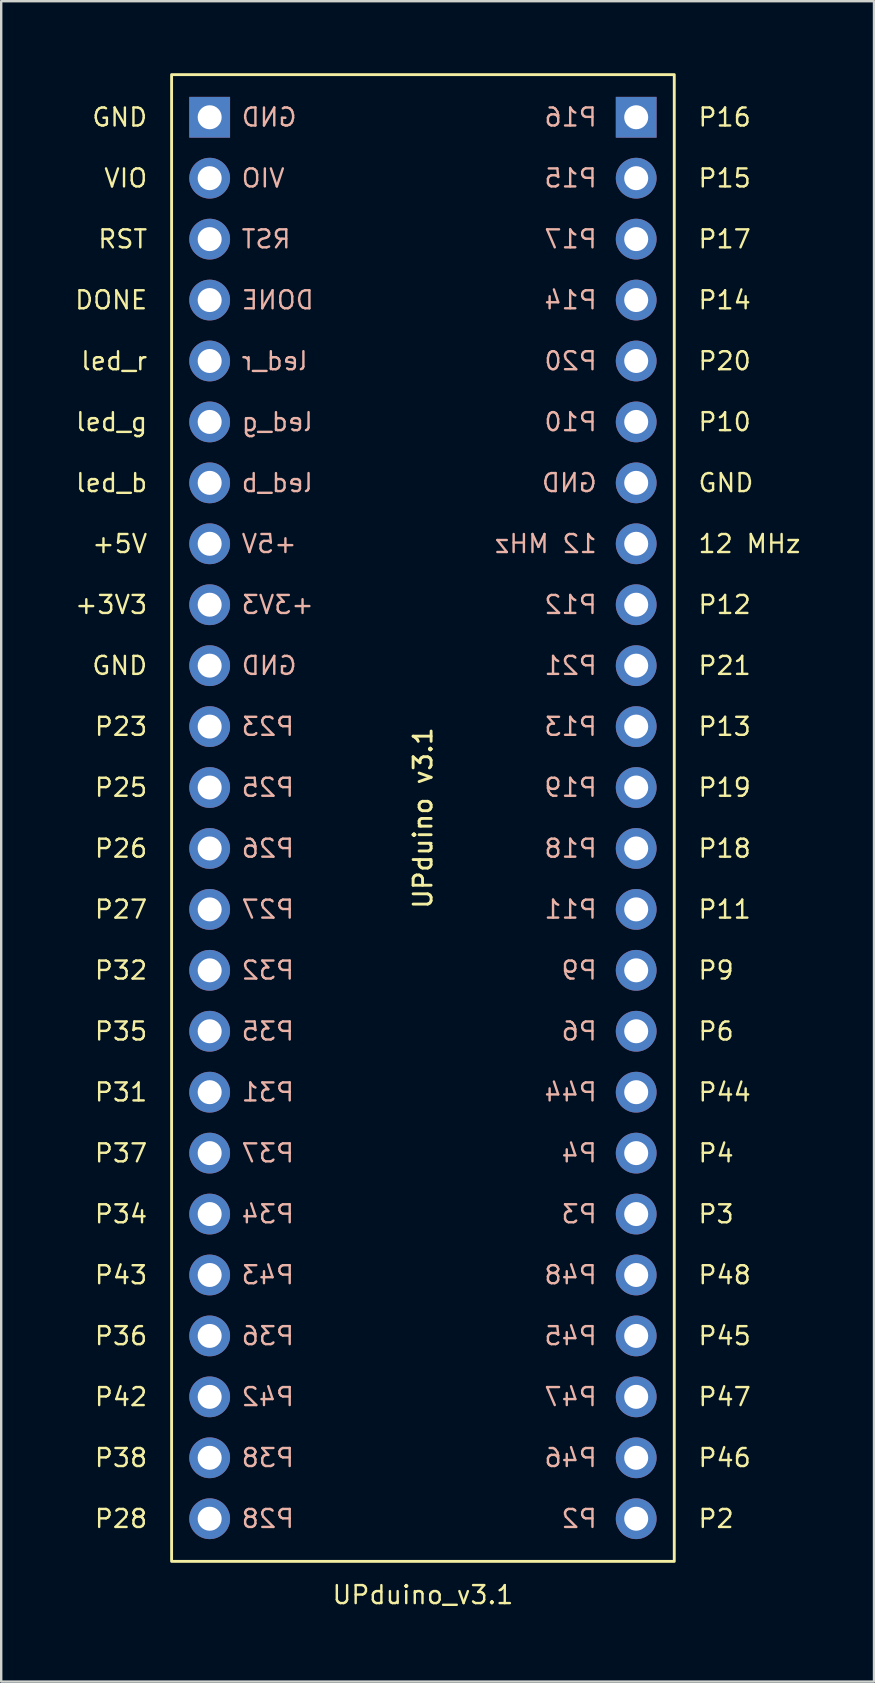
<source format=kicad_pcb>
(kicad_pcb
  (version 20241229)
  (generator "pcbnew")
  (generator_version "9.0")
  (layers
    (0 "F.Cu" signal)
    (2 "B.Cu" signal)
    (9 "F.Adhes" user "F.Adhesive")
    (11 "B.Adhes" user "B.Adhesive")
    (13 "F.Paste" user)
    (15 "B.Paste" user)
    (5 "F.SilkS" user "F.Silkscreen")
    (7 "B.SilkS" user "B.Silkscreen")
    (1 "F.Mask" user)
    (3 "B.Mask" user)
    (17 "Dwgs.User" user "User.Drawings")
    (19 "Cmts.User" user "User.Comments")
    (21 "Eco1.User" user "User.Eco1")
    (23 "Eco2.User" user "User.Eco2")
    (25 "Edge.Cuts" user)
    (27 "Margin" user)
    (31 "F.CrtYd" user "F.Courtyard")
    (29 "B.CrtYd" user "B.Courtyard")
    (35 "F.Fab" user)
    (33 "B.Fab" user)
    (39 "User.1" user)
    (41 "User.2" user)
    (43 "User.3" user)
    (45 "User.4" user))
  (footprint "UPduino_v3.1"
    (layer "F.Cu")
    (at 14.58 62.798)
    (property "Reference" "UPduino_v3.1" (at 0 0.635 0) (unlocked yes) (layer "F.SilkS") (effects (font (size 0.75 0.75) (thickness 0.1))))
    (attr through_hole)
    (fp_rect (start -10.477 -62.738) (end 10.477 -0.762) (stroke (width 0.12) (type solid)) (fill no) (layer "F.SilkS"))
    (fp_text user "P6" (at 13.018 -22.86 0) (unlocked yes) (layer "F.SilkS") (effects (font (size 0.75 0.75) (thickness 0.1)) (justify right)))
    (fp_text user "P11" (at 13.732 -27.94 0) (unlocked yes) (layer "F.SilkS") (effects (font (size 0.75 0.75) (thickness 0.1)) (justify right)))
    (fp_text user "P15" (at 13.732 -58.42 0) (unlocked yes) (layer "F.SilkS") (effects (font (size 0.75 0.75) (thickness 0.1)) (justify right)))
    (fp_text user "P47" (at 13.732 -7.62 0) (unlocked yes) (layer "F.SilkS") (effects (font (size 0.75 0.75) (thickness 0.1)) (justify right)))
    (fp_text user "P26" (at -11.43 -30.48 0) (unlocked yes) (layer "F.SilkS") (effects (font (size 0.75 0.75) (thickness 0.1)) (justify right)))
    (fp_text user "P36" (at -11.43 -10.16 0) (unlocked yes) (layer "F.SilkS") (effects (font (size 0.75 0.75) (thickness 0.1)) (justify right)))
    (fp_text user "VIO" (at -11.43 -58.42 0) (unlocked yes) (layer "F.SilkS") (effects (font (size 0.75 0.75) (thickness 0.1)) (justify right)))
    (fp_text user "P18" (at 13.732 -30.48 0) (unlocked yes) (layer "F.SilkS") (effects (font (size 0.75 0.75) (thickness 0.1)) (justify right)))
    (fp_text user "P34" (at -11.43 -15.24 0) (unlocked yes) (layer "F.SilkS") (effects (font (size 0.75 0.75) (thickness 0.1)) (justify right)))
    (fp_text user "P48" (at 13.732 -12.7 0) (unlocked yes) (layer "F.SilkS") (effects (font (size 0.75 0.75) (thickness 0.1)) (justify right)))
    (fp_text user "P23" (at -11.43 -35.56 0) (unlocked yes) (layer "F.SilkS") (effects (font (size 0.75 0.75) (thickness 0.1)) (justify right)))
    (fp_text user "P19" (at 13.732 -33.02 0) (unlocked yes) (layer "F.SilkS") (effects (font (size 0.75 0.75) (thickness 0.1)) (justify right)))
    (fp_text user "P17" (at 13.732 -55.88 0) (unlocked yes) (layer "F.SilkS") (effects (font (size 0.75 0.75) (thickness 0.1)) (justify right)))
    (fp_text user "P43" (at -11.43 -12.7 0) (unlocked yes) (layer "F.SilkS") (effects (font (size 0.75 0.75) (thickness 0.1)) (justify right)))
    (fp_text user "P31" (at -11.43 -20.32 0) (unlocked yes) (layer "F.SilkS") (effects (font (size 0.75 0.75) (thickness 0.1)) (justify right)))
    (fp_text user "P42" (at -11.43 -7.62 0) (unlocked yes) (layer "F.SilkS") (effects (font (size 0.75 0.75) (thickness 0.1)) (justify right)))
    (fp_text user "led_b" (at -11.43 -45.72 0) (unlocked yes) (layer "F.SilkS") (effects (font (size 0.75 0.75) (thickness 0.1)) (justify right)))
    (fp_text user "P4" (at 13.018 -17.78 0) (unlocked yes) (layer "F.SilkS") (effects (font (size 0.75 0.75) (thickness 0.1)) (justify right)))
    (fp_text user "P46" (at 13.732 -5.08 0) (unlocked yes) (layer "F.SilkS") (effects (font (size 0.75 0.75) (thickness 0.1)) (justify right)))
    (fp_text user "P35" (at -11.43 -22.86 0) (unlocked yes) (layer "F.SilkS") (effects (font (size 0.75 0.75) (thickness 0.1)) (justify right)))
    (fp_text user "UPduino v3.1" (at 0 -31.75 90) (unlocked yes) (layer "F.SilkS") (effects (font (size 0.75 0.75) (thickness 0.12))))
    (fp_text user "P14" (at 13.732 -53.34 0) (unlocked yes) (layer "F.SilkS") (effects (font (size 0.75 0.75) (thickness 0.1)) (justify right)))
    (fp_text user "P44" (at 13.732 -20.32 0) (unlocked yes) (layer "F.SilkS") (effects (font (size 0.75 0.75) (thickness 0.1)) (justify right)))
    (fp_text user "P2" (at 13.018 -2.54 0) (unlocked yes) (layer "F.SilkS") (effects (font (size 0.75 0.75) (thickness 0.1)) (justify right)))
    (fp_text user "P27" (at -11.43 -27.94 0) (unlocked yes) (layer "F.SilkS") (effects (font (size 0.75 0.75) (thickness 0.1)) (justify right)))
    (fp_text user "P37" (at -11.43 -17.78 0) (unlocked yes) (layer "F.SilkS") (effects (font (size 0.75 0.75) (thickness 0.1)) (justify right)))
    (fp_text user "+3V3" (at -11.43 -40.64 0) (unlocked yes) (layer "F.SilkS") (effects (font (size 0.75 0.75) (thickness 0.1)) (justify right)))
    (fp_text user "led_r" (at -11.43 -50.8 0) (unlocked yes) (layer "F.SilkS") (effects (font (size 0.75 0.75) (thickness 0.1)) (justify right)))
    (fp_text user "DONE" (at -11.43 -53.34 0) (unlocked yes) (layer "F.SilkS") (effects (font (size 0.75 0.75) (thickness 0.1)) (justify right)))
    (fp_text user "P20" (at 13.732 -50.8 0) (unlocked yes) (layer "F.SilkS") (effects (font (size 0.75 0.75) (thickness 0.1)) (justify right)))
    (fp_text user "P32" (at -11.43 -25.4 0) (unlocked yes) (layer "F.SilkS") (effects (font (size 0.75 0.75) (thickness 0.1)) (justify right)))
    (fp_text user "P12" (at 13.732 -40.64 0) (unlocked yes) (layer "F.SilkS") (effects (font (size 0.75 0.75) (thickness 0.1)) (justify right)))
    (fp_text user "P3" (at 13.018 -15.24 0) (unlocked yes) (layer "F.SilkS") (effects (font (size 0.75 0.75) (thickness 0.1)) (justify right)))
    (fp_text user "P9" (at 13.018 -25.4 0) (unlocked yes) (layer "F.SilkS") (effects (font (size 0.75 0.75) (thickness 0.1)) (justify right)))
    (fp_text user "P16" (at 13.732 -60.96 0) (unlocked yes) (layer "F.SilkS") (effects (font (size 0.75 0.75) (thickness 0.1)) (justify right)))
    (fp_text user "GND" (at 13.839 -45.72 0) (unlocked yes) (layer "F.SilkS") (effects (font (size 0.75 0.75) (thickness 0.1)) (justify right)))
    (fp_text user "GND" (at -11.43 -60.96 0) (unlocked yes) (layer "F.SilkS") (effects (font (size 0.75 0.75) (thickness 0.1)) (justify right)))
    (fp_text user "P45" (at 13.732 -10.16 0) (unlocked yes) (layer "F.SilkS") (effects (font (size 0.75 0.75) (thickness 0.1)) (justify right)))
    (fp_text user "+5V" (at -11.43 -43.18 0) (unlocked yes) (layer "F.SilkS") (effects (font (size 0.75 0.75) (thickness 0.1)) (justify right)))
    (fp_text user "RST" (at -11.43 -55.88 0) (unlocked yes) (layer "F.SilkS") (effects (font (size 0.75 0.75) (thickness 0.1)) (justify right)))
    (fp_text user "P21" (at 13.732 -38.1 0) (unlocked yes) (layer "F.SilkS") (effects (font (size 0.75 0.75) (thickness 0.1)) (justify right)))
    (fp_text user "led_g" (at -11.43 -48.26 0) (unlocked yes) (layer "F.SilkS") (effects (font (size 0.75 0.75) (thickness 0.1)) (justify right)))
    (fp_text user "GND" (at -11.43 -38.1 0) (unlocked yes) (layer "F.SilkS") (effects (font (size 0.75 0.75) (thickness 0.1)) (justify right)))
    (fp_text user "P10" (at 13.732 -48.26 0) (unlocked yes) (layer "F.SilkS") (effects (font (size 0.75 0.75) (thickness 0.1)) (justify right)))
    (fp_text user "P38" (at -11.43 -5.08 0) (unlocked yes) (layer "F.SilkS") (effects (font (size 0.75 0.75) (thickness 0.1)) (justify right)))
    (fp_text user "12 MHz" (at 15.803 -43.18 0) (unlocked yes) (layer "F.SilkS") (effects (font (size 0.75 0.75) (thickness 0.1)) (justify right)))
    (fp_text user "P28" (at -11.43 -2.54 0) (unlocked yes) (layer "F.SilkS") (effects (font (size 0.75 0.75) (thickness 0.1)) (justify right)))
    (fp_text user "P25" (at -11.43 -33.02 0) (unlocked yes) (layer "F.SilkS") (effects (font (size 0.75 0.75) (thickness 0.1)) (justify right)))
    (fp_text user "P13" (at 13.732 -35.56 0) (unlocked yes) (layer "F.SilkS") (effects (font (size 0.75 0.75) (thickness 0.1)) (justify right)))
    (fp_text user "P32" (at -7.62 -25.4 0) (unlocked yes) (layer "B.SilkS") (effects (font (size 0.75 0.75) (thickness 0.1)) (justify right mirror)))
    (fp_text user "P35" (at -7.62 -22.86 0) (unlocked yes) (layer "B.SilkS") (effects (font (size 0.75 0.75) (thickness 0.1)) (justify right mirror)))
    (fp_text user "P15" (at 5.001 -58.42 0) (unlocked yes) (layer "B.SilkS") (effects (font (size 0.75 0.75) (thickness 0.1)) (justify right mirror)))
    (fp_text user "P18" (at 5.001 -30.48 0) (unlocked yes) (layer "B.SilkS") (effects (font (size 0.75 0.75) (thickness 0.1)) (justify right mirror)))
    (fp_text user "P9" (at 5.715 -25.4 0) (unlocked yes) (layer "B.SilkS") (effects (font (size 0.75 0.75) (thickness 0.1)) (justify right mirror)))
    (fp_text user "GND" (at -7.62 -60.96 0) (unlocked yes) (layer "B.SilkS") (effects (font (size 0.75 0.75) (thickness 0.1)) (justify right mirror)))
    (fp_text user "P12" (at 5.001 -40.64 0) (unlocked yes) (layer "B.SilkS") (effects (font (size 0.75 0.75) (thickness 0.1)) (justify right mirror)))
    (fp_text user "P42" (at -7.62 -7.62 0) (unlocked yes) (layer "B.SilkS") (effects (font (size 0.75 0.75) (thickness 0.1)) (justify right mirror)))
    (fp_text user "P25" (at -7.62 -33.02 0) (unlocked yes) (layer "B.SilkS") (effects (font (size 0.75 0.75) (thickness 0.1)) (justify right mirror)))
    (fp_text user "P44" (at 5.001 -20.32 0) (unlocked yes) (layer "B.SilkS") (effects (font (size 0.75 0.75) (thickness 0.1)) (justify right mirror)))
    (fp_text user "P23" (at -7.62 -35.56 0) (unlocked yes) (layer "B.SilkS") (effects (font (size 0.75 0.75) (thickness 0.1)) (justify right mirror)))
    (fp_text user "P34" (at -7.62 -15.24 0) (unlocked yes) (layer "B.SilkS") (effects (font (size 0.75 0.75) (thickness 0.1)) (justify right mirror)))
    (fp_text user "P46" (at 5.001 -5.08 0) (unlocked yes) (layer "B.SilkS") (effects (font (size 0.75 0.75) (thickness 0.1)) (justify right mirror)))
    (fp_text user "P47" (at 5.001 -7.62 0) (unlocked yes) (layer "B.SilkS") (effects (font (size 0.75 0.75) (thickness 0.1)) (justify right mirror)))
    (fp_text user "P14" (at 5.001 -53.34 0) (unlocked yes) (layer "B.SilkS") (effects (font (size 0.75 0.75) (thickness 0.1)) (justify right mirror)))
    (fp_text user "P48" (at 5.001 -12.7 0) (unlocked yes) (layer "B.SilkS") (effects (font (size 0.75 0.75) (thickness 0.1)) (justify right mirror)))
    (fp_text user "VIO" (at -7.62 -58.42 0) (unlocked yes) (layer "B.SilkS") (effects (font (size 0.75 0.75) (thickness 0.1)) (justify right mirror)))
    (fp_text user "P11" (at 5.001 -27.94 0) (unlocked yes) (layer "B.SilkS") (effects (font (size 0.75 0.75) (thickness 0.1)) (justify right mirror)))
    (fp_text user "GND" (at -7.62 -38.1 0) (unlocked yes) (layer "B.SilkS") (effects (font (size 0.75 0.75) (thickness 0.1)) (justify right mirror)))
    (fp_text user "P4" (at 5.715 -17.78 0) (unlocked yes) (layer "B.SilkS") (effects (font (size 0.75 0.75) (thickness 0.1)) (justify right mirror)))
    (fp_text user "P3" (at 5.715 -15.24 0) (unlocked yes) (layer "B.SilkS") (effects (font (size 0.75 0.75) (thickness 0.1)) (justify right mirror)))
    (fp_text user "P36" (at -7.62 -10.16 0) (unlocked yes) (layer "B.SilkS") (effects (font (size 0.75 0.75) (thickness 0.1)) (justify right mirror)))
    (fp_text user "DONE" (at -7.62 -53.34 0) (unlocked yes) (layer "B.SilkS") (effects (font (size 0.75 0.75) (thickness 0.1)) (justify right mirror)))
    (fp_text user "P31" (at -7.62 -20.32 0) (unlocked yes) (layer "B.SilkS") (effects (font (size 0.75 0.75) (thickness 0.1)) (justify right mirror)))
    (fp_text user "P43" (at -7.62 -12.7 0) (unlocked yes) (layer "B.SilkS") (effects (font (size 0.75 0.75) (thickness 0.1)) (justify right mirror)))
    (fp_text user "P37" (at -7.62 -17.78 0) (unlocked yes) (layer "B.SilkS") (effects (font (size 0.75 0.75) (thickness 0.1)) (justify right mirror)))
    (fp_text user "+5V" (at -7.62 -43.18 0) (unlocked yes) (layer "B.SilkS") (effects (font (size 0.75 0.75) (thickness 0.1)) (justify right mirror)))
    (fp_text user "P28" (at -7.62 -2.54 0) (unlocked yes) (layer "B.SilkS") (effects (font (size 0.75 0.75) (thickness 0.1)) (justify right mirror)))
    (fp_text user "GND" (at 4.894 -45.72 0) (unlocked yes) (layer "B.SilkS") (effects (font (size 0.75 0.75) (thickness 0.1)) (justify right mirror)))
    (fp_text user "P16" (at 5.001 -60.96 0) (unlocked yes) (layer "B.SilkS") (effects (font (size 0.75 0.75) (thickness 0.1)) (justify right mirror)))
    (fp_text user "P10" (at 5.001 -48.26 0) (unlocked yes) (layer "B.SilkS") (effects (font (size 0.75 0.75) (thickness 0.1)) (justify right mirror)))
    (fp_text user "P21" (at 5.001 -38.1 0) (unlocked yes) (layer "B.SilkS") (effects (font (size 0.75 0.75) (thickness 0.1)) (justify right mirror)))
    (fp_text user "12 MHz" (at 2.929 -43.18 0) (unlocked yes) (layer "B.SilkS") (effects (font (size 0.75 0.75) (thickness 0.1)) (justify right mirror)))
    (fp_text user "P17" (at 5.001 -55.88 0) (unlocked yes) (layer "B.SilkS") (effects (font (size 0.75 0.75) (thickness 0.1)) (justify right mirror)))
    (fp_text user "led_g" (at -7.62 -48.26 0) (unlocked yes) (layer "B.SilkS") (effects (font (size 0.75 0.75) (thickness 0.1)) (justify right mirror)))
    (fp_text user "P45" (at 5.001 -10.16 0) (unlocked yes) (layer "B.SilkS") (effects (font (size 0.75 0.75) (thickness 0.1)) (justify right mirror)))
    (fp_text user "P13" (at 5.001 -35.56 0) (unlocked yes) (layer "B.SilkS") (effects (font (size 0.75 0.75) (thickness 0.1)) (justify right mirror)))
    (fp_text user "led_b" (at -7.62 -45.72 0) (unlocked yes) (layer "B.SilkS") (effects (font (size 0.75 0.75) (thickness 0.1)) (justify right mirror)))
    (fp_text user "RST" (at -7.62 -55.88 0) (unlocked yes) (layer "B.SilkS") (effects (font (size 0.75 0.75) (thickness 0.1)) (justify right mirror)))
    (fp_text user "+3V3" (at -7.62 -40.64 0) (unlocked yes) (layer "B.SilkS") (effects (font (size 0.75 0.75) (thickness 0.1)) (justify right mirror)))
    (fp_text user "P19" (at 5.001 -33.02 0) (unlocked yes) (layer "B.SilkS") (effects (font (size 0.75 0.75) (thickness 0.1)) (justify right mirror)))
    (fp_text user "led_r" (at -7.62 -50.8 0) (unlocked yes) (layer "B.SilkS") (effects (font (size 0.75 0.75) (thickness 0.1)) (justify right mirror)))
    (fp_text user "P2" (at 5.715 -2.54 0) (unlocked yes) (layer "B.SilkS") (effects (font (size 0.75 0.75) (thickness 0.1)) (justify right mirror)))
    (fp_text user "P38" (at -7.62 -5.08 0) (unlocked yes) (layer "B.SilkS") (effects (font (size 0.75 0.75) (thickness 0.1)) (justify right mirror)))
    (fp_text user "P6" (at 5.715 -22.86 0) (unlocked yes) (layer "B.SilkS") (effects (font (size 0.75 0.75) (thickness 0.1)) (justify right mirror)))
    (fp_text user "P26" (at -7.62 -30.48 0) (unlocked yes) (layer "B.SilkS") (effects (font (size 0.75 0.75) (thickness 0.1)) (justify right mirror)))
    (fp_text user "P20" (at 5.001 -50.8 0) (unlocked yes) (layer "B.SilkS") (effects (font (size 0.75 0.75) (thickness 0.1)) (justify right mirror)))
    (fp_text user "P27" (at -7.62 -27.94 0) (unlocked yes) (layer "B.SilkS") (effects (font (size 0.75 0.75) (thickness 0.1)) (justify right mirror)))
    (pad "1" thru_hole rect (at -8.89 -60.96) (size 1.7 1.7) (drill 1) (layers "*.Cu" "*.Mask"))
    (pad "2" thru_hole circle (at -8.89 -58.42) (size 1.7 1.7) (drill 1) (layers "*.Cu" "*.Mask"))
    (pad "3" thru_hole circle (at -8.89 -55.88) (size 1.7 1.7) (drill 1) (layers "*.Cu" "*.Mask"))
    (pad "4" thru_hole circle (at -8.89 -53.34) (size 1.7 1.7) (drill 1) (layers "*.Cu" "*.Mask"))
    (pad "5" thru_hole circle (at -8.89 -50.8) (size 1.7 1.7) (drill 1) (layers "*.Cu" "*.Mask"))
    (pad "6" thru_hole circle (at -8.89 -48.26) (size 1.7 1.7) (drill 1) (layers "*.Cu" "*.Mask"))
    (pad "7" thru_hole circle (at -8.89 -45.72) (size 1.7 1.7) (drill 1) (layers "*.Cu" "*.Mask"))
    (pad "8" thru_hole circle (at -8.89 -43.18) (size 1.7 1.7) (drill 1) (layers "*.Cu" "*.Mask"))
    (pad "9" thru_hole circle (at -8.89 -40.64) (size 1.7 1.7) (drill 1) (layers "*.Cu" "*.Mask"))
    (pad "10" thru_hole circle (at -8.89 -38.1) (size 1.7 1.7) (drill 1) (layers "*.Cu" "*.Mask"))
    (pad "11" thru_hole circle (at -8.89 -35.56) (size 1.7 1.7) (drill 1) (layers "*.Cu" "*.Mask"))
    (pad "12" thru_hole circle (at -8.89 -33.02) (size 1.7 1.7) (drill 1) (layers "*.Cu" "*.Mask"))
    (pad "13" thru_hole circle (at -8.89 -30.48) (size 1.7 1.7) (drill 1) (layers "*.Cu" "*.Mask"))
    (pad "14" thru_hole circle (at -8.89 -27.94) (size 1.7 1.7) (drill 1) (layers "*.Cu" "*.Mask"))
    (pad "15" thru_hole circle (at -8.89 -25.4) (size 1.7 1.7) (drill 1) (layers "*.Cu" "*.Mask"))
    (pad "16" thru_hole circle (at -8.89 -22.86) (size 1.7 1.7) (drill 1) (layers "*.Cu" "*.Mask"))
    (pad "17" thru_hole circle (at -8.89 -20.32) (size 1.7 1.7) (drill 1) (layers "*.Cu" "*.Mask"))
    (pad "18" thru_hole circle (at -8.89 -17.78) (size 1.7 1.7) (drill 1) (layers "*.Cu" "*.Mask"))
    (pad "19" thru_hole circle (at -8.89 -15.24) (size 1.7 1.7) (drill 1) (layers "*.Cu" "*.Mask"))
    (pad "20" thru_hole circle (at -8.89 -12.7) (size 1.7 1.7) (drill 1) (layers "*.Cu" "*.Mask"))
    (pad "21" thru_hole circle (at -8.89 -10.16) (size 1.7 1.7) (drill 1) (layers "*.Cu" "*.Mask"))
    (pad "22" thru_hole circle (at -8.89 -7.62) (size 1.7 1.7) (drill 1) (layers "*.Cu" "*.Mask"))
    (pad "23" thru_hole circle (at -8.89 -5.08) (size 1.7 1.7) (drill 1) (layers "*.Cu" "*.Mask"))
    (pad "24" thru_hole circle (at -8.89 -2.54) (size 1.7 1.7) (drill 1) (layers "*.Cu" "*.Mask"))
    (pad "25" thru_hole circle (at 8.89 -2.54) (size 1.7 1.7) (drill 1) (layers "*.Cu" "*.Mask"))
    (pad "26" thru_hole circle (at 8.89 -5.08) (size 1.7 1.7) (drill 1) (layers "*.Cu" "*.Mask"))
    (pad "27" thru_hole circle (at 8.89 -7.62) (size 1.7 1.7) (drill 1) (layers "*.Cu" "*.Mask"))
    (pad "28" thru_hole circle (at 8.89 -10.16) (size 1.7 1.7) (drill 1) (layers "*.Cu" "*.Mask"))
    (pad "29" thru_hole circle (at 8.89 -12.7) (size 1.7 1.7) (drill 1) (layers "*.Cu" "*.Mask"))
    (pad "30" thru_hole circle (at 8.89 -15.24) (size 1.7 1.7) (drill 1) (layers "*.Cu" "*.Mask"))
    (pad "31" thru_hole circle (at 8.89 -17.78) (size 1.7 1.7) (drill 1) (layers "*.Cu" "*.Mask"))
    (pad "32" thru_hole circle (at 8.89 -20.32) (size 1.7 1.7) (drill 1) (layers "*.Cu" "*.Mask"))
    (pad "33" thru_hole circle (at 8.89 -22.86) (size 1.7 1.7) (drill 1) (layers "*.Cu" "*.Mask"))
    (pad "34" thru_hole circle (at 8.89 -25.4) (size 1.7 1.7) (drill 1) (layers "*.Cu" "*.Mask"))
    (pad "35" thru_hole circle (at 8.89 -27.94) (size 1.7 1.7) (drill 1) (layers "*.Cu" "*.Mask"))
    (pad "36" thru_hole circle (at 8.89 -30.48) (size 1.7 1.7) (drill 1) (layers "*.Cu" "*.Mask"))
    (pad "37" thru_hole circle (at 8.89 -33.02) (size 1.7 1.7) (drill 1) (layers "*.Cu" "*.Mask"))
    (pad "38" thru_hole circle (at 8.89 -35.56) (size 1.7 1.7) (drill 1) (layers "*.Cu" "*.Mask"))
    (pad "39" thru_hole circle (at 8.89 -38.1) (size 1.7 1.7) (drill 1) (layers "*.Cu" "*.Mask"))
    (pad "40" thru_hole circle (at 8.89 -40.64) (size 1.7 1.7) (drill 1) (layers "*.Cu" "*.Mask"))
    (pad "41" thru_hole circle (at 8.89 -43.18) (size 1.7 1.7) (drill 1) (layers "*.Cu" "*.Mask"))
    (pad "42" thru_hole circle (at 8.89 -45.72) (size 1.7 1.7) (drill 1) (layers "*.Cu" "*.Mask"))
    (pad "43" thru_hole circle (at 8.89 -48.26) (size 1.7 1.7) (drill 1) (layers "*.Cu" "*.Mask"))
    (pad "44" thru_hole circle (at 8.89 -50.8) (size 1.7 1.7) (drill 1) (layers "*.Cu" "*.Mask"))
    (pad "45" thru_hole circle (at 8.89 -53.34) (size 1.7 1.7) (drill 1) (layers "*.Cu" "*.Mask"))
    (pad "46" thru_hole circle (at 8.89 -55.88) (size 1.7 1.7) (drill 1) (layers "*.Cu" "*.Mask"))
    (pad "47" thru_hole circle (at 8.89 -58.42) (size 1.7 1.7) (drill 1) (layers "*.Cu" "*.Mask"))
    (pad "48" thru_hole rect (at 8.89 -60.96) (size 1.7 1.7) (drill 1) (layers "*.Cu" "*.Mask")))
  (gr_rect
    (start -3 -3)
    (end 33.383 67.047)
    (stroke (width 0.1) (type default))
    (fill no)
    (layer "Edge.Cuts")))
</source>
